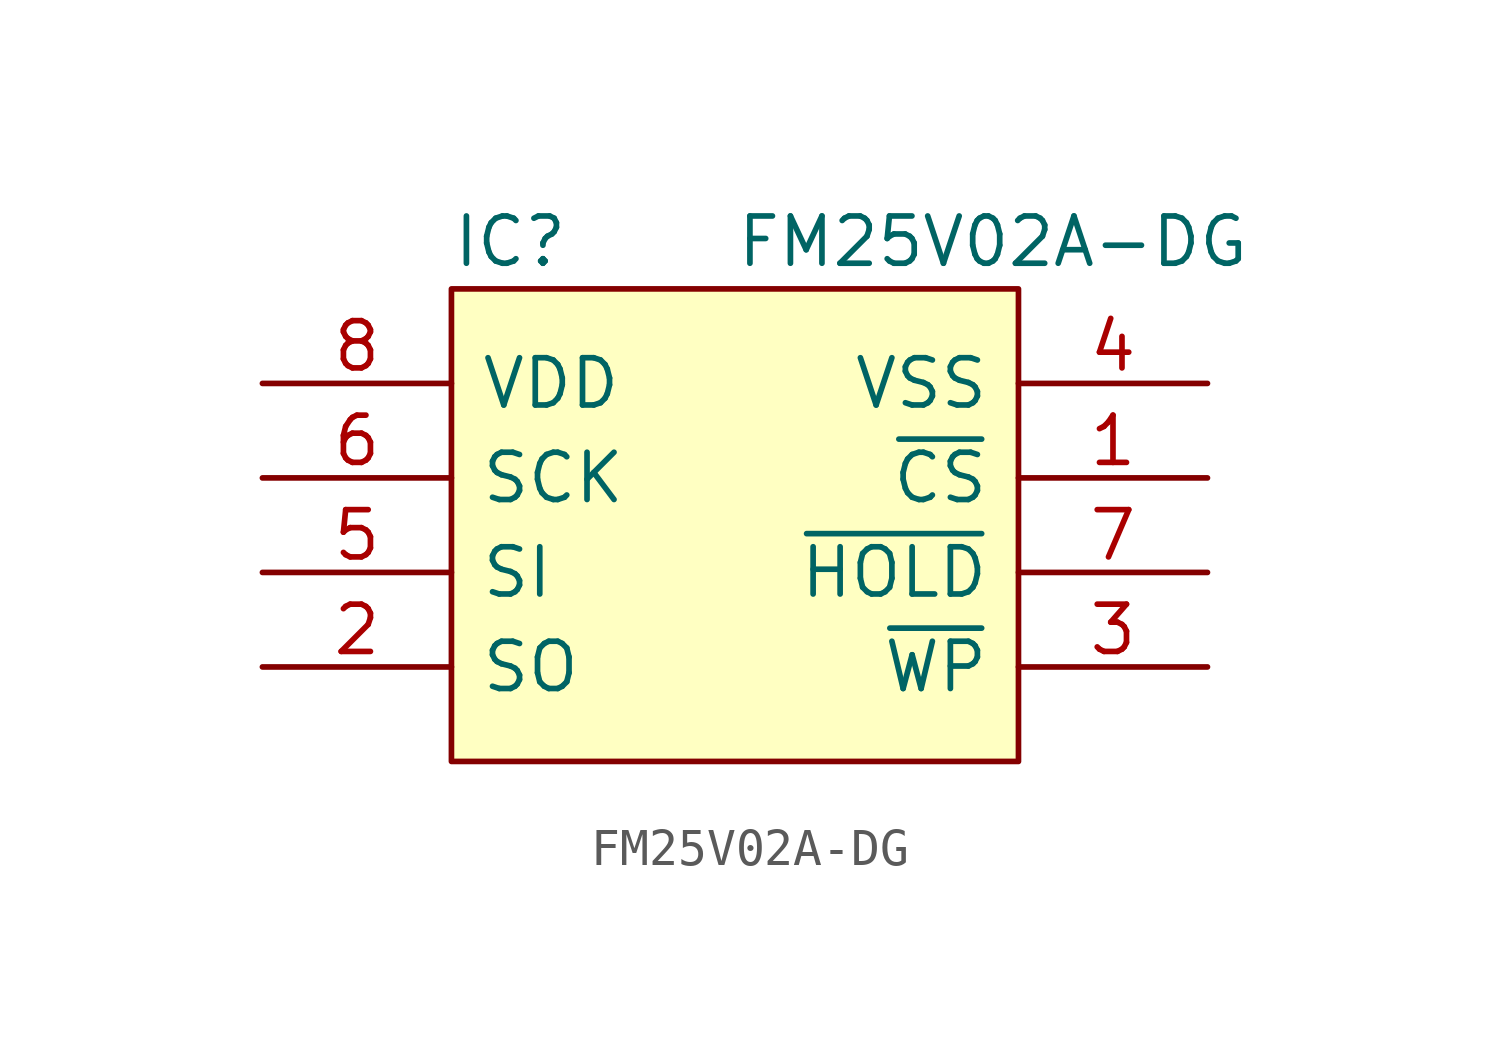
<source format=kicad_sym>
(kicad_symbol_lib
  (version 20220914)
  (generator kicad_symbol_editor)
  (symbol "FM25V02A-DG"
    (pin_names
      (offset 0.762))
    (property "Reference" "IC"
      (at -7.62 7.62 0)
      (effects (font (size 1.27 1.27)) (justify left)))
    (property "Value" "FM25V02A-DG"
      (at 0 7.62 0)
      (effects (font (size 1.27 1.27)) (justify left)))
    (symbol "FM25V02A-DG_1_0"
      (pin input line (at 12.7 1.27 180) (length 5.08) (name "~{CS}" (effects (font (size 1.27 1.27)))) (number "1" (effects (font (size 1.27 1.27)))))
      (pin output line (at -12.7 -3.81 0) (length 5.08) (name "SO" (effects (font (size 1.27 1.27)))) (number "2" (effects (font (size 1.27 1.27)))))
      (pin input line (at 12.7 -3.81 180) (length 5.08) (name "~{WP}" (effects (font (size 1.27 1.27)))) (number "3" (effects (font (size 1.27 1.27)))))
      (pin passive line (at 12.7 3.81 180) (length 5.08) (name "VSS" (effects (font (size 1.27 1.27)))) (number "4" (effects (font (size 1.27 1.27)))))
      (pin input line (at -12.7 -1.27 0) (length 5.08) (name "SI" (effects (font (size 1.27 1.27)))) (number "5" (effects (font (size 1.27 1.27)))))
      (pin input line (at -12.7 1.27 0) (length 5.08) (name "SCK" (effects (font (size 1.27 1.27)))) (number "6" (effects (font (size 1.27 1.27)))))
      (pin input line (at 12.7 -1.27 180) (length 5.08) (name "~{HOLD}" (effects (font (size 1.27 1.27)))) (number "7" (effects (font (size 1.27 1.27)))))
      (pin passive line (at -12.7 3.81 0) (length 5.08) (name "VDD" (effects (font (size 1.27 1.27)))) (number "8" (effects (font (size 1.27 1.27)))))
      (pin passive line (at 12.7 3.81 180) (length 5.08) hide (name "GND" (effects (font (size 1.27 1.27)))) (number "9" (effects (font (size 1.27 1.27))))))
    (symbol "FM25V02A-DG_1_1"
      (rectangle (start -7.62 6.35) (end 7.62 -6.35) (stroke (width 0) (type default)) (fill (type background))))))
</source>
